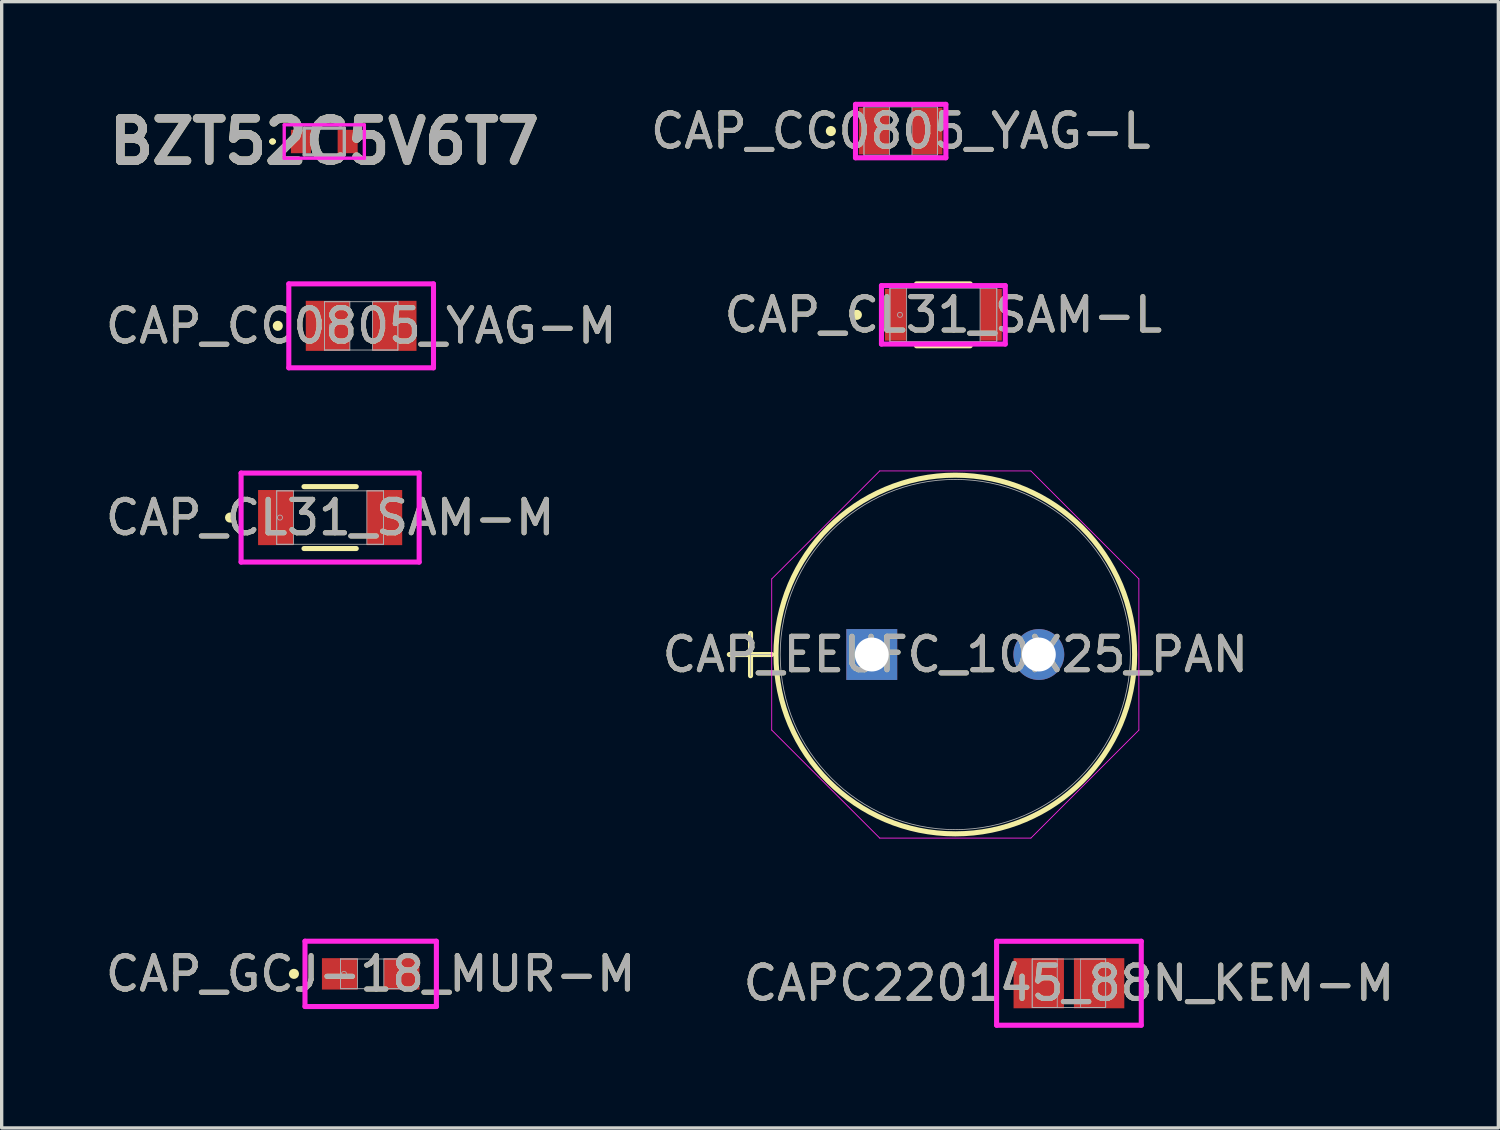
<source format=kicad_pcb>
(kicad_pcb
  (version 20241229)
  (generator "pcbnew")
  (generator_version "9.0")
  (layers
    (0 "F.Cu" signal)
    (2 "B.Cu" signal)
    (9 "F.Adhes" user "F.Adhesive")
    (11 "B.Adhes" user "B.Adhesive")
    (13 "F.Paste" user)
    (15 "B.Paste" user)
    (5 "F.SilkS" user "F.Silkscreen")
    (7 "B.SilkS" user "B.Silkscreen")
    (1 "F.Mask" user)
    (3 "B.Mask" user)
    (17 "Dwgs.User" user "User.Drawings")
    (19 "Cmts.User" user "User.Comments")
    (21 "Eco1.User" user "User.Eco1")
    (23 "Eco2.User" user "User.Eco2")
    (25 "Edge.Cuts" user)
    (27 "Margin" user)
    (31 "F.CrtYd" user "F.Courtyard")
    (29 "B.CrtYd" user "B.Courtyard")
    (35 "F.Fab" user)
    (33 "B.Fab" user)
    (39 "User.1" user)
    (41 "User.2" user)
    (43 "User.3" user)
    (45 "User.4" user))
  (footprint "CAP_CL31_SAM-M"
    (layer "F.Cu")
    (at 6.839 12.454)
    (property "Reference" "CAP_CL31_SAM-M" (at 0 0 0) (unlocked yes) (layer "F.SilkS") (effects (font (size 1 1) (thickness 0.15))))
    (attr smd)
    (fp_line (start -0.783 0.927) (end 0.783 0.927) (stroke (width 0.152) (type solid)) (layer "F.SilkS"))
    (fp_line (start 0.783 -0.927) (end -0.783 -0.927) (stroke (width 0.152) (type solid)) (layer "F.SilkS"))
    (fp_circle (center -2.997 0) (end -2.921 0) (stroke (width 0.152) (type solid)) (fill no) (layer "F.SilkS"))
    (fp_line (start -2.667 -1.333) (end 2.667 -1.333) (stroke (width 0.152) (type solid)) (layer "F.CrtYd"))
    (fp_line (start -2.667 1.333) (end -2.667 -1.333) (stroke (width 0.152) (type solid)) (layer "F.CrtYd"))
    (fp_line (start 2.667 -1.333) (end 2.667 1.333) (stroke (width 0.152) (type solid)) (layer "F.CrtYd"))
    (fp_line (start 2.667 1.333) (end -2.667 1.333) (stroke (width 0.152) (type solid)) (layer "F.CrtYd"))
    (fp_line (start -1.6 -0.8) (end -1.6 0.8) (stroke (width 0.025) (type solid)) (layer "F.Fab"))
    (fp_line (start -1.6 -0.8) (end -1.6 0.8) (stroke (width 0.025) (type solid)) (layer "F.Fab"))
    (fp_line (start -1.6 0.8) (end -1.1 0.8) (stroke (width 0.025) (type solid)) (layer "F.Fab"))
    (fp_line (start -1.6 0.8) (end 1.6 0.8) (stroke (width 0.025) (type solid)) (layer "F.Fab"))
    (fp_line (start -1.1 -0.8) (end -1.6 -0.8) (stroke (width 0.025) (type solid)) (layer "F.Fab"))
    (fp_line (start -1.1 0.8) (end -1.1 -0.8) (stroke (width 0.025) (type solid)) (layer "F.Fab"))
    (fp_line (start 1.1 -0.8) (end 1.1 0.8) (stroke (width 0.025) (type solid)) (layer "F.Fab"))
    (fp_line (start 1.1 0.8) (end 1.6 0.8) (stroke (width 0.025) (type solid)) (layer "F.Fab"))
    (fp_line (start 1.6 -0.8) (end -1.6 -0.8) (stroke (width 0.025) (type solid)) (layer "F.Fab"))
    (fp_line (start 1.6 -0.8) (end 1.1 -0.8) (stroke (width 0.025) (type solid)) (layer "F.Fab"))
    (fp_line (start 1.6 0.8) (end 1.6 -0.8) (stroke (width 0.025) (type solid)) (layer "F.Fab"))
    (fp_line (start 1.6 0.8) (end 1.6 -0.8) (stroke (width 0.025) (type solid)) (layer "F.Fab"))
    (fp_circle (center -1.502 0) (end -1.426 0) (stroke (width 0.025) (type solid)) (fill no) (layer "F.Fab"))
    (fp_text user "${REFERENCE}" (at 0 0 0) (unlocked yes) (layer "F.Fab") (effects (font (size 1 1) (thickness 0.15))))
    (pad "1" smd rect (at -1.629 0) (size 1.059 1.651) (layers "F.Cu" "F.Mask" "F.Paste"))
    (pad "2" smd rect (at 1.629 0) (size 1.059 1.651) (layers "F.Cu" "F.Mask" "F.Paste"))
    (zone (net_name "") (layer "F.Cu") (hatch full 0.508) (connect_pads) (min_thickness 0.254) (filled_areas_thickness no) (keepout (tracks not_allowed) (vias not_allowed) (pads allowed) (copperpour not_allowed) (footprints allowed)) (placement (enabled no)) (fill) (polygon (pts (xy 5.79 11.705) (xy 7.888 11.705) (xy 7.888 13.203) (xy 5.79 13.203)))))
  (footprint "CAP_CL31_SAM-L"
    (layer "F.Cu")
    (at 25.208 6.381)
    (property "Reference" "CAP_CL31_SAM-L" (at 0 0 0) (unlocked yes) (layer "F.SilkS") (effects (font (size 1 1) (thickness 0.15))))
    (attr smd)
    (fp_line (start -0.804 0.927) (end 0.804 0.927) (stroke (width 0.152) (type solid)) (layer "F.SilkS"))
    (fp_line (start 0.804 -0.927) (end -0.804 -0.927) (stroke (width 0.152) (type solid)) (layer "F.SilkS"))
    (fp_circle (center -2.591 0) (end -2.514 0) (stroke (width 0.152) (type solid)) (fill no) (layer "F.SilkS"))
    (fp_line (start -1.854 -0.876) (end 1.854 -0.876) (stroke (width 0.152) (type solid)) (layer "F.CrtYd"))
    (fp_line (start -1.854 0.876) (end -1.854 -0.876) (stroke (width 0.152) (type solid)) (layer "F.CrtYd"))
    (fp_line (start 1.854 -0.876) (end 1.854 0.876) (stroke (width 0.152) (type solid)) (layer "F.CrtYd"))
    (fp_line (start 1.854 0.876) (end -1.854 0.876) (stroke (width 0.152) (type solid)) (layer "F.CrtYd"))
    (fp_line (start -1.6 -0.8) (end -1.6 0.8) (stroke (width 0.025) (type solid)) (layer "F.Fab"))
    (fp_line (start -1.6 -0.8) (end -1.6 0.8) (stroke (width 0.025) (type solid)) (layer "F.Fab"))
    (fp_line (start -1.6 0.8) (end -1.1 0.8) (stroke (width 0.025) (type solid)) (layer "F.Fab"))
    (fp_line (start -1.6 0.8) (end 1.6 0.8) (stroke (width 0.025) (type solid)) (layer "F.Fab"))
    (fp_line (start -1.1 -0.8) (end -1.6 -0.8) (stroke (width 0.025) (type solid)) (layer "F.Fab"))
    (fp_line (start -1.1 0.8) (end -1.1 -0.8) (stroke (width 0.025) (type solid)) (layer "F.Fab"))
    (fp_line (start 1.1 -0.8) (end 1.1 0.8) (stroke (width 0.025) (type solid)) (layer "F.Fab"))
    (fp_line (start 1.1 0.8) (end 1.6 0.8) (stroke (width 0.025) (type solid)) (layer "F.Fab"))
    (fp_line (start 1.6 -0.8) (end -1.6 -0.8) (stroke (width 0.025) (type solid)) (layer "F.Fab"))
    (fp_line (start 1.6 -0.8) (end 1.1 -0.8) (stroke (width 0.025) (type solid)) (layer "F.Fab"))
    (fp_line (start 1.6 0.8) (end 1.6 -0.8) (stroke (width 0.025) (type solid)) (layer "F.Fab"))
    (fp_line (start 1.6 0.8) (end 1.6 -0.8) (stroke (width 0.025) (type solid)) (layer "F.Fab"))
    (fp_circle (center -1.299 0) (end -1.223 0) (stroke (width 0.025) (type solid)) (fill no) (layer "F.Fab"))
    (fp_text user "${REFERENCE}" (at 0 0 0) (unlocked yes) (layer "F.Fab") (effects (font (size 1 1) (thickness 0.15))))
    (pad "1" smd rect (at -1.426 0) (size 0.652 1.549) (layers "F.Cu" "F.Mask" "F.Paste"))
    (pad "2" smd rect (at 1.426 0) (size 0.652 1.549) (layers "F.Cu" "F.Mask" "F.Paste"))
    (zone (net_name "") (layer "F.Cu") (hatch full 0.508) (connect_pads) (min_thickness 0.254) (filled_areas_thickness no) (keepout (tracks not_allowed) (vias not_allowed) (pads allowed) (copperpour not_allowed) (footprints allowed)) (placement (enabled no)) (fill) (polygon (pts (xy 24.159 5.631) (xy 26.258 5.631) (xy 26.258 7.13) (xy 24.159 7.13)))))
  (footprint "CAP_EEUFC_10X25_PAN"
    (layer "F.Cu")
    (at 23.064 16.556)
    (property "Reference" "CAP_EEUFC_10X25_PAN" (at 2.502 0 0) (unlocked yes) (layer "F.SilkS") (effects (font (size 1 1) (thickness 0.15))))
    (attr through_hole)
    (fp_line (start -4.267 0) (end -2.997 0) (stroke (width 0.152) (type solid)) (layer "F.SilkS"))
    (fp_line (start -3.632 -0.635) (end -3.632 0.635) (stroke (width 0.152) (type solid)) (layer "F.SilkS"))
    (fp_circle (center 2.502 0) (end 7.874 0) (stroke (width 0.152) (type solid)) (fill no) (layer "F.SilkS"))
    (fp_line (start -2.997 -2.264) (end 0.238 -5.499) (stroke (width 0.025) (type solid)) (layer "F.CrtYd"))
    (fp_line (start -2.997 2.264) (end -2.997 -2.264) (stroke (width 0.025) (type solid)) (layer "F.CrtYd"))
    (fp_line (start 0.238 -5.499) (end 4.766 -5.499) (stroke (width 0.025) (type solid)) (layer "F.CrtYd"))
    (fp_line (start 0.238 5.499) (end -2.997 2.264) (stroke (width 0.025) (type solid)) (layer "F.CrtYd"))
    (fp_line (start 4.766 -5.499) (end 8.001 -2.264) (stroke (width 0.025) (type solid)) (layer "F.CrtYd"))
    (fp_line (start 4.766 5.499) (end 0.238 5.499) (stroke (width 0.025) (type solid)) (layer "F.CrtYd"))
    (fp_line (start 8.001 -2.264) (end 8.001 2.264) (stroke (width 0.025) (type solid)) (layer "F.CrtYd"))
    (fp_line (start 8.001 2.264) (end 4.766 5.499) (stroke (width 0.025) (type solid)) (layer "F.CrtYd"))
    (fp_line (start -4.267 0) (end -2.997 0) (stroke (width 0.025) (type solid)) (layer "F.Fab"))
    (fp_line (start -3.632 -0.635) (end -3.632 0.635) (stroke (width 0.025) (type solid)) (layer "F.Fab"))
    (fp_circle (center 2.502 0) (end 7.747 0) (stroke (width 0.025) (type solid)) (fill no) (layer "F.Fab"))
    (fp_text user "${REFERENCE}" (at 2.502 0 0) (unlocked yes) (layer "F.Fab") (effects (font (size 1 1) (thickness 0.15))))
    (pad "1" thru_hole rect (at 0 0) (size 1.524 1.524) (drill 1.016) (layers "*.Cu" "*.Mask"))
    (pad "2" thru_hole circle (at 5.004 0) (size 1.524 1.524) (drill 1.016) (layers "*.Cu" "*.Mask")))
  (footprint "CAP_GCJ-18_MUR-M"
    (layer "F.Cu")
    (at 8.054 26.122)
    (property "Reference" "CAP_GCJ-18_MUR-M" (at 0 0 0) (unlocked yes) (layer "F.SilkS") (effects (font (size 1 1) (thickness 0.15))))
    (attr smd)
    (fp_circle (center -2.299 0) (end -2.223 0) (stroke (width 0.152) (type solid)) (fill no) (layer "F.SilkS"))
    (fp_line (start -1.968 -0.978) (end 1.968 -0.978) (stroke (width 0.152) (type solid)) (layer "F.CrtYd"))
    (fp_line (start -1.968 0.978) (end -1.968 -0.978) (stroke (width 0.152) (type solid)) (layer "F.CrtYd"))
    (fp_line (start 1.968 -0.978) (end 1.968 0.978) (stroke (width 0.152) (type solid)) (layer "F.CrtYd"))
    (fp_line (start 1.968 0.978) (end -1.968 0.978) (stroke (width 0.152) (type solid)) (layer "F.CrtYd"))
    (fp_line (start -0.902 -0.445) (end -0.902 0.445) (stroke (width 0.025) (type solid)) (layer "F.Fab"))
    (fp_line (start -0.902 -0.445) (end -0.902 0.445) (stroke (width 0.025) (type solid)) (layer "F.Fab"))
    (fp_line (start -0.902 0.445) (end -0.394 0.445) (stroke (width 0.025) (type solid)) (layer "F.Fab"))
    (fp_line (start -0.902 0.445) (end 0.902 0.445) (stroke (width 0.025) (type solid)) (layer "F.Fab"))
    (fp_line (start -0.394 -0.445) (end -0.902 -0.445) (stroke (width 0.025) (type solid)) (layer "F.Fab"))
    (fp_line (start -0.394 0.445) (end -0.394 -0.445) (stroke (width 0.025) (type solid)) (layer "F.Fab"))
    (fp_line (start 0.394 -0.445) (end 0.394 0.445) (stroke (width 0.025) (type solid)) (layer "F.Fab"))
    (fp_line (start 0.394 0.445) (end 0.902 0.445) (stroke (width 0.025) (type solid)) (layer "F.Fab"))
    (fp_line (start 0.902 -0.445) (end -0.902 -0.445) (stroke (width 0.025) (type solid)) (layer "F.Fab"))
    (fp_line (start 0.902 -0.445) (end 0.394 -0.445) (stroke (width 0.025) (type solid)) (layer "F.Fab"))
    (fp_line (start 0.902 0.445) (end 0.902 -0.445) (stroke (width 0.025) (type solid)) (layer "F.Fab"))
    (fp_line (start 0.902 0.445) (end 0.902 -0.445) (stroke (width 0.025) (type solid)) (layer "F.Fab"))
    (fp_circle (center -0.8 0) (end -0.724 0) (stroke (width 0.025) (type solid)) (fill no) (layer "F.Fab"))
    (fp_text user "${REFERENCE}" (at 0 0 0) (unlocked yes) (layer "F.Fab") (effects (font (size 1 1) (thickness 0.15))))
    (pad "1" smd rect (at -0.927 0) (size 1.067 0.94) (layers "F.Cu" "F.Mask" "F.Paste"))
    (pad "2" smd rect (at 0.927 0) (size 1.067 0.94) (layers "F.Cu" "F.Mask" "F.Paste"))
    (zone (net_name "") (layer "F.Cu") (hatch full 0.508) (connect_pads) (min_thickness 0.254) (filled_areas_thickness no) (keepout (tracks not_allowed) (vias not_allowed) (pads allowed) (copperpour not_allowed) (footprints allowed)) (placement (enabled no)) (fill) (polygon (pts (xy 7.711 25.728) (xy 8.396 25.728) (xy 8.396 26.516) (xy 7.711 26.516)))))
  (footprint "CAPC220145_88N_KEM-M"
    (layer "F.Cu")
    (at 28.97 26.403)
    (property "Reference" "CAPC220145_88N_KEM-M" (at 0 0 0) (unlocked yes) (layer "F.SilkS") (effects (font (size 1 1) (thickness 0.15))))
    (attr smd)
    (fp_line (start -2.167 -1.258) (end 2.167 -1.258) (stroke (width 0.152) (type solid)) (layer "F.CrtYd"))
    (fp_line (start -2.167 1.258) (end -2.167 -1.258) (stroke (width 0.152) (type solid)) (layer "F.CrtYd"))
    (fp_line (start 2.167 -1.258) (end 2.167 1.258) (stroke (width 0.152) (type solid)) (layer "F.CrtYd"))
    (fp_line (start 2.167 1.258) (end -2.167 1.258) (stroke (width 0.152) (type solid)) (layer "F.CrtYd"))
    (fp_line (start -1.1 -0.725) (end -1.1 0.725) (stroke (width 0.025) (type solid)) (layer "F.Fab"))
    (fp_line (start -1.1 -0.725) (end -1.1 0.725) (stroke (width 0.025) (type solid)) (layer "F.Fab"))
    (fp_line (start -1.1 0.725) (end -0.35 0.725) (stroke (width 0.025) (type solid)) (layer "F.Fab"))
    (fp_line (start -1.1 0.725) (end 1.1 0.725) (stroke (width 0.025) (type solid)) (layer "F.Fab"))
    (fp_line (start -0.35 -0.725) (end -1.1 -0.725) (stroke (width 0.025) (type solid)) (layer "F.Fab"))
    (fp_line (start -0.35 0.725) (end -0.35 -0.725) (stroke (width 0.025) (type solid)) (layer "F.Fab"))
    (fp_line (start 0.35 -0.725) (end 0.35 0.725) (stroke (width 0.025) (type solid)) (layer "F.Fab"))
    (fp_line (start 0.35 0.725) (end 1.1 0.725) (stroke (width 0.025) (type solid)) (layer "F.Fab"))
    (fp_line (start 1.1 -0.725) (end -1.1 -0.725) (stroke (width 0.025) (type solid)) (layer "F.Fab"))
    (fp_line (start 1.1 -0.725) (end 0.35 -0.725) (stroke (width 0.025) (type solid)) (layer "F.Fab"))
    (fp_line (start 1.1 0.725) (end 1.1 -0.725) (stroke (width 0.025) (type solid)) (layer "F.Fab"))
    (fp_line (start 1.1 0.725) (end 1.1 -0.725) (stroke (width 0.025) (type solid)) (layer "F.Fab"))
    (fp_text user "${REFERENCE}" (at 0 0 0) (unlocked yes) (layer "F.Fab") (effects (font (size 1 1) (thickness 0.15))))
    (pad "1" smd rect (at -0.904 0) (size 1.509 1.501) (layers "F.Cu" "F.Mask" "F.Paste"))
    (pad "2" smd rect (at 0.904 0) (size 1.509 1.501) (layers "F.Cu" "F.Mask" "F.Paste"))
    (zone (net_name "") (layer "F.Cu") (hatch full 0.508) (connect_pads) (min_thickness 0.254) (filled_areas_thickness no) (keepout (tracks not_allowed) (vias not_allowed) (pads allowed) (copperpour not_allowed) (footprints allowed)) (placement (enabled no)) (fill) (polygon (pts (xy 28.871 25.728) (xy 29.069 25.728) (xy 29.069 27.077) (xy 28.871 27.077)))))
  (footprint "CAP_CC0805_YAG-L"
    (layer "F.Cu")
    (at 23.93 0.876)
    (property "Reference" "CAP_CC0805_YAG-L" (at 0 0 0) (unlocked yes) (layer "F.SilkS") (effects (font (size 1 1) (thickness 0.15))))
    (attr smd)
    (fp_circle (center -2.091 0) (end -2.014 0) (stroke (width 0.152) (type solid)) (fill no) (layer "F.SilkS"))
    (fp_line (start -1.354 -0.8) (end 1.354 -0.8) (stroke (width 0.152) (type solid)) (layer "F.CrtYd"))
    (fp_line (start -1.354 0.8) (end -1.354 -0.8) (stroke (width 0.152) (type solid)) (layer "F.CrtYd"))
    (fp_line (start 1.354 -0.8) (end 1.354 0.8) (stroke (width 0.152) (type solid)) (layer "F.CrtYd"))
    (fp_line (start 1.354 0.8) (end -1.354 0.8) (stroke (width 0.152) (type solid)) (layer "F.CrtYd"))
    (fp_line (start -1.1 -0.724) (end -1.1 0.724) (stroke (width 0.025) (type solid)) (layer "F.Fab"))
    (fp_line (start -1.1 -0.724) (end -1.1 0.724) (stroke (width 0.025) (type solid)) (layer "F.Fab"))
    (fp_line (start -1.1 0.724) (end -0.338 0.724) (stroke (width 0.025) (type solid)) (layer "F.Fab"))
    (fp_line (start -1.1 0.724) (end 1.1 0.724) (stroke (width 0.025) (type solid)) (layer "F.Fab"))
    (fp_line (start -0.338 -0.724) (end -1.1 -0.724) (stroke (width 0.025) (type solid)) (layer "F.Fab"))
    (fp_line (start -0.338 0.724) (end -0.338 -0.724) (stroke (width 0.025) (type solid)) (layer "F.Fab"))
    (fp_line (start 0.338 -0.724) (end 0.338 0.724) (stroke (width 0.025) (type solid)) (layer "F.Fab"))
    (fp_line (start 0.338 0.724) (end 1.1 0.724) (stroke (width 0.025) (type solid)) (layer "F.Fab"))
    (fp_line (start 1.1 -0.724) (end -1.1 -0.724) (stroke (width 0.025) (type solid)) (layer "F.Fab"))
    (fp_line (start 1.1 -0.724) (end 0.338 -0.724) (stroke (width 0.025) (type solid)) (layer "F.Fab"))
    (fp_line (start 1.1 0.724) (end 1.1 -0.724) (stroke (width 0.025) (type solid)) (layer "F.Fab"))
    (fp_line (start 1.1 0.724) (end 1.1 -0.724) (stroke (width 0.025) (type solid)) (layer "F.Fab"))
    (fp_circle (center -0.668 0) (end -0.592 0) (stroke (width 0.025) (type solid)) (fill no) (layer "F.Fab"))
    (fp_text user "${REFERENCE}" (at 0 0 0) (unlocked yes) (layer "F.Fab") (effects (font (size 1 1) (thickness 0.15))))
    (pad "1" smd rect (at -0.795 0) (size 0.914 1.397) (layers "F.Cu" "F.Mask" "F.Paste"))
    (pad "2" smd rect (at 0.795 0) (size 0.914 1.397) (layers "F.Cu" "F.Mask" "F.Paste"))
    (zone (net_name "") (layer "F.Cu") (hatch full 0.508) (connect_pads) (min_thickness 0.254) (filled_areas_thickness no) (keepout (tracks not_allowed) (vias not_allowed) (pads allowed) (copperpour not_allowed) (footprints allowed)) (placement (enabled no)) (fill) (polygon (pts (xy 23.643 0.203) (xy 24.217 0.203) (xy 24.217 1.549) (xy 23.643 1.549)))))
  (footprint "CAP_CC0805_YAG-M"
    (layer "F.Cu")
    (at 7.768 6.711)
    (property "Reference" "CAP_CC0805_YAG-M" (at 0 0 0) (unlocked yes) (layer "F.SilkS") (effects (font (size 1 1) (thickness 0.15))))
    (attr smd)
    (fp_circle (center -2.497 0) (end -2.421 0) (stroke (width 0.152) (type solid)) (fill no) (layer "F.SilkS"))
    (fp_line (start -2.167 -1.257) (end 2.167 -1.257) (stroke (width 0.152) (type solid)) (layer "F.CrtYd"))
    (fp_line (start -2.167 1.257) (end -2.167 -1.257) (stroke (width 0.152) (type solid)) (layer "F.CrtYd"))
    (fp_line (start 2.167 -1.257) (end 2.167 1.257) (stroke (width 0.152) (type solid)) (layer "F.CrtYd"))
    (fp_line (start 2.167 1.257) (end -2.167 1.257) (stroke (width 0.152) (type solid)) (layer "F.CrtYd"))
    (fp_line (start -1.1 -0.724) (end -1.1 0.724) (stroke (width 0.025) (type solid)) (layer "F.Fab"))
    (fp_line (start -1.1 -0.724) (end -1.1 0.724) (stroke (width 0.025) (type solid)) (layer "F.Fab"))
    (fp_line (start -1.1 0.724) (end -0.338 0.724) (stroke (width 0.025) (type solid)) (layer "F.Fab"))
    (fp_line (start -1.1 0.724) (end 1.1 0.724) (stroke (width 0.025) (type solid)) (layer "F.Fab"))
    (fp_line (start -0.338 -0.724) (end -1.1 -0.724) (stroke (width 0.025) (type solid)) (layer "F.Fab"))
    (fp_line (start -0.338 0.724) (end -0.338 -0.724) (stroke (width 0.025) (type solid)) (layer "F.Fab"))
    (fp_line (start 0.338 -0.724) (end 0.338 0.724) (stroke (width 0.025) (type solid)) (layer "F.Fab"))
    (fp_line (start 0.338 0.724) (end 1.1 0.724) (stroke (width 0.025) (type solid)) (layer "F.Fab"))
    (fp_line (start 1.1 -0.724) (end -1.1 -0.724) (stroke (width 0.025) (type solid)) (layer "F.Fab"))
    (fp_line (start 1.1 -0.724) (end 0.338 -0.724) (stroke (width 0.025) (type solid)) (layer "F.Fab"))
    (fp_line (start 1.1 0.724) (end 1.1 -0.724) (stroke (width 0.025) (type solid)) (layer "F.Fab"))
    (fp_line (start 1.1 0.724) (end 1.1 -0.724) (stroke (width 0.025) (type solid)) (layer "F.Fab"))
    (fp_circle (center -0.871 0) (end -0.795 0) (stroke (width 0.025) (type solid)) (fill no) (layer "F.Fab"))
    (fp_text user "${REFERENCE}" (at 0 0 0) (unlocked yes) (layer "F.Fab") (effects (font (size 1 1) (thickness 0.15))))
    (pad "1" smd rect (at -0.998 0) (size 1.321 1.499) (layers "F.Cu" "F.Mask" "F.Paste"))
    (pad "2" smd rect (at 0.998 0) (size 1.321 1.499) (layers "F.Cu" "F.Mask" "F.Paste"))
    (zone (net_name "") (layer "F.Cu") (hatch full 0.508) (connect_pads) (min_thickness 0.254) (filled_areas_thickness no) (keepout (tracks not_allowed) (vias not_allowed) (pads allowed) (copperpour not_allowed) (footprints allowed)) (placement (enabled no)) (fill) (polygon (pts (xy 7.481 6.038) (xy 8.055 6.038) (xy 8.055 7.384) (xy 7.481 7.384)))))
  (footprint "BZT52C5V6T7"
    (layer "F.Cu")
    (at 6.664 1.189)
    (property "Reference" "BZT52C5V6T7" (at 0 0 0) (layer "F.SilkS") (effects (font (size 1.27 1.27) (thickness 0.254))))
    (attr smd)
    (fp_line (start -1.6 0) (end -1.6 0) (stroke (width 0.1) (type solid)) (layer "F.SilkS"))
    (fp_line (start -1.5 0) (end -1.5 0) (stroke (width 0.1) (type solid)) (layer "F.SilkS"))
    (fp_arc (start -1.6 0) (mid -1.55 -0.05) (end -1.5 0) (stroke (width 0.1) (type solid)) (layer "F.SilkS"))
    (fp_arc (start -1.5 0) (mid -1.55 0.05) (end -1.6 0) (stroke (width 0.1) (type solid)) (layer "F.SilkS"))
    (fp_line (start -1.2 -0.5) (end 1.2 -0.5) (stroke (width 0.1) (type solid)) (layer "F.CrtYd"))
    (fp_line (start -1.2 0.5) (end -1.2 -0.5) (stroke (width 0.1) (type solid)) (layer "F.CrtYd"))
    (fp_line (start 1.2 -0.5) (end 1.2 0.5) (stroke (width 0.1) (type solid)) (layer "F.CrtYd"))
    (fp_line (start 1.2 0.5) (end -1.2 0.5) (stroke (width 0.1) (type solid)) (layer "F.CrtYd"))
    (fp_line (start -0.6 -0.4) (end 0.6 -0.4) (stroke (width 0.1) (type solid)) (layer "F.Fab"))
    (fp_line (start -0.6 0.4) (end -0.6 -0.4) (stroke (width 0.1) (type solid)) (layer "F.Fab"))
    (fp_line (start 0.6 -0.4) (end 0.6 0.4) (stroke (width 0.1) (type solid)) (layer "F.Fab"))
    (fp_line (start 0.6 0.4) (end -0.6 0.4) (stroke (width 0.1) (type solid)) (layer "F.Fab"))
    (fp_text user "${REFERENCE}" (at 0 0 0) (layer "F.Fab") (effects (font (size 1.27 1.27) (thickness 0.254))))
    (pad "1" smd rect (at -0.7 0) (size 0.6 0.7) (layers "F.Cu" "F.Mask" "F.Paste"))
    (pad "2" smd rect (at 0.7 0) (size 0.6 0.7) (layers "F.Cu" "F.Mask" "F.Paste")))
  (gr_rect
    (start -3 -3)
    (end 41.833 30.737)
    (stroke (width 0.1) (type default))
    (fill no)
    (layer "Edge.Cuts")))
</source>
